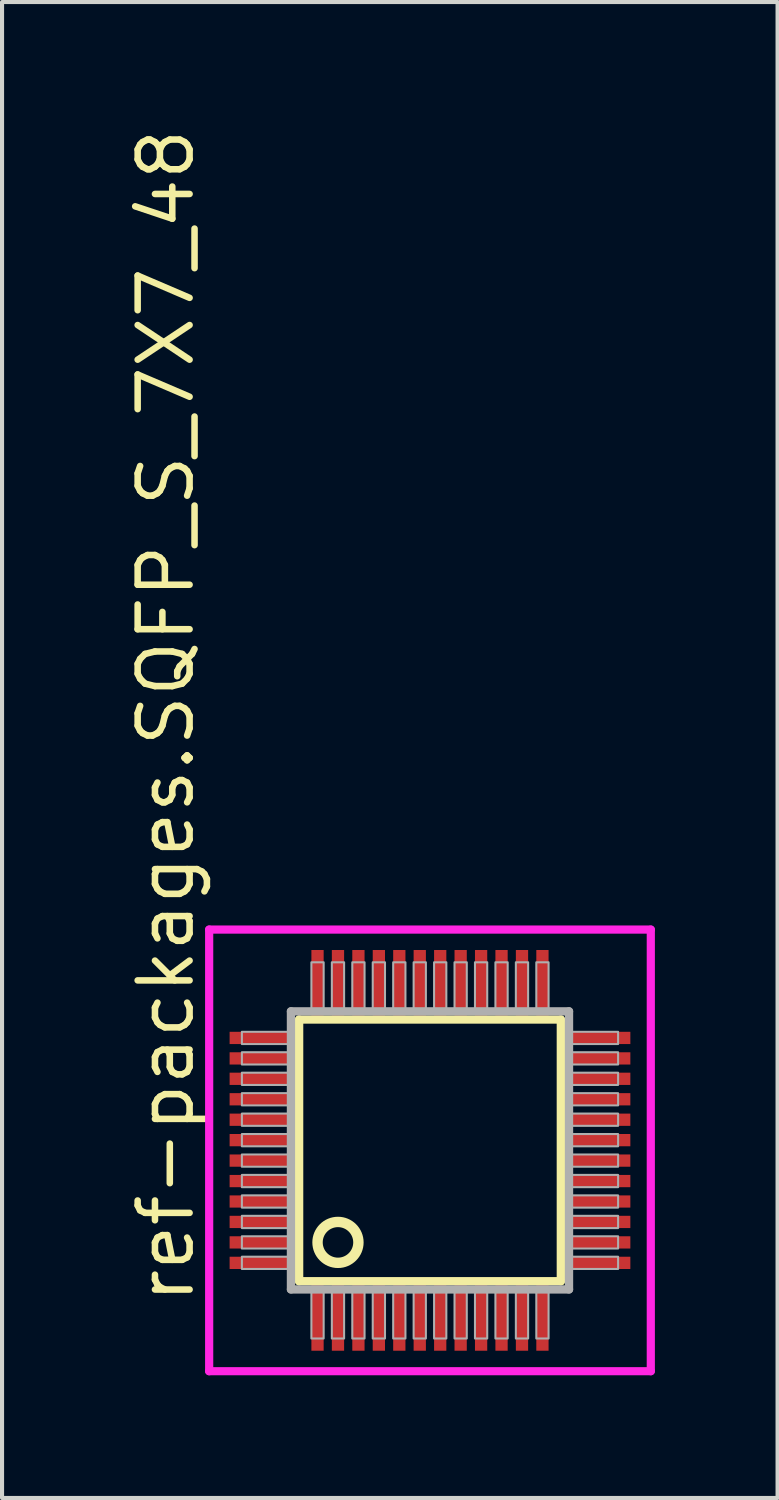
<source format=kicad_pcb>
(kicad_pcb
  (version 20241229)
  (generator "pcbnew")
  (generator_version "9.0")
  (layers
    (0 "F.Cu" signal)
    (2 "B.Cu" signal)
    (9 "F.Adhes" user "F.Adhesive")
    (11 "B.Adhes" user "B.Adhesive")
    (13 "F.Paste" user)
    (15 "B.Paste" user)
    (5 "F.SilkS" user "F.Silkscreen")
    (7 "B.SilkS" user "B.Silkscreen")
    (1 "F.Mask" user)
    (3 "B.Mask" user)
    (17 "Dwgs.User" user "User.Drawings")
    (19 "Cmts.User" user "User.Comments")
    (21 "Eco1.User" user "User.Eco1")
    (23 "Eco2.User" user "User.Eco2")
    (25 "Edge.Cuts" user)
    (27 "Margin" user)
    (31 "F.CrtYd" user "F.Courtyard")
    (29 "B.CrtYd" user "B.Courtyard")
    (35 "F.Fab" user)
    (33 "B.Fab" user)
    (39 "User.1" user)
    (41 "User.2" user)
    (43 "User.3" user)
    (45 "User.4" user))
  (footprint "ref-packages.SQFP_S_7X7_48"
    (layer "F.Cu")
    (at 7.465 25.082)
    (property "Reference" "ref-packages.SQFP_S_7X7_48" (at -5.715 3.81 90) (layer "F.SilkS") (effects (font (size 1.27 1.27) (thickness 0.16)) (justify left bottom)))
    (attr smd)
    (fp_line (start -3.2 -3.2) (end 3.2 -3.2) (stroke (width 0.203) (type default)) (layer "F.SilkS"))
    (fp_line (start -3.2 3.2) (end -3.2 -3.2) (stroke (width 0.203) (type default)) (layer "F.SilkS"))
    (fp_line (start 3.2 -3.2) (end 3.2 3.2) (stroke (width 0.203) (type default)) (layer "F.SilkS"))
    (fp_line (start 3.2 3.2) (end -3.2 3.2) (stroke (width 0.203) (type default)) (layer "F.SilkS"))
    (fp_circle (center -2.25 2.25) (end -1.75 2.25) (stroke (width 0.254) (type default)) (fill no) (layer "F.SilkS"))
    (fp_line (start -5.4 -5.4) (end 5.4 -5.4) (stroke (width 0.2) (type default)) (layer "F.CrtYd"))
    (fp_line (start -5.4 5.4) (end -5.4 -5.4) (stroke (width 0.2) (type default)) (layer "F.CrtYd"))
    (fp_line (start 5.4 -5.4) (end 5.4 5.4) (stroke (width 0.2) (type default)) (layer "F.CrtYd"))
    (fp_line (start 5.4 5.4) (end -5.4 5.4) (stroke (width 0.2) (type default)) (layer "F.CrtYd"))
    (fp_line (start -3.4 -3.4) (end -3.4 3.4) (stroke (width 0.203) (type default)) (layer "F.Fab"))
    (fp_line (start -3.4 3.4) (end 3.4 3.4) (stroke (width 0.203) (type default)) (layer "F.Fab"))
    (fp_line (start 3.4 -3.4) (end -3.4 -3.4) (stroke (width 0.203) (type default)) (layer "F.Fab"))
    (fp_line (start 3.4 3.4) (end 3.4 -3.4) (stroke (width 0.203) (type default)) (layer "F.Fab"))
    (fp_rect (start -4.6 -2.6) (end -3.45 -2.9) (stroke (width 0.05) (type default)) (fill no) (layer "F.Fab"))
    (fp_rect (start -4.6 -2.1) (end -3.45 -2.4) (stroke (width 0.05) (type default)) (fill no) (layer "F.Fab"))
    (fp_rect (start -4.6 -1.6) (end -3.45 -1.9) (stroke (width 0.05) (type default)) (fill no) (layer "F.Fab"))
    (fp_rect (start -4.6 -1.1) (end -3.45 -1.4) (stroke (width 0.05) (type default)) (fill no) (layer "F.Fab"))
    (fp_rect (start -4.6 -0.6) (end -3.45 -0.9) (stroke (width 0.05) (type default)) (fill no) (layer "F.Fab"))
    (fp_rect (start -4.6 -0.1) (end -3.45 -0.4) (stroke (width 0.05) (type default)) (fill no) (layer "F.Fab"))
    (fp_rect (start -4.6 0.4) (end -3.45 0.1) (stroke (width 0.05) (type default)) (fill no) (layer "F.Fab"))
    (fp_rect (start -4.6 0.9) (end -3.45 0.6) (stroke (width 0.05) (type default)) (fill no) (layer "F.Fab"))
    (fp_rect (start -4.6 1.4) (end -3.45 1.1) (stroke (width 0.05) (type default)) (fill no) (layer "F.Fab"))
    (fp_rect (start -4.6 1.9) (end -3.45 1.6) (stroke (width 0.05) (type default)) (fill no) (layer "F.Fab"))
    (fp_rect (start -4.6 2.4) (end -3.45 2.1) (stroke (width 0.05) (type default)) (fill no) (layer "F.Fab"))
    (fp_rect (start -4.6 2.9) (end -3.45 2.6) (stroke (width 0.05) (type default)) (fill no) (layer "F.Fab"))
    (fp_rect (start -2.9 -3.45) (end -2.6 -4.6) (stroke (width 0.05) (type default)) (fill no) (layer "F.Fab"))
    (fp_rect (start -2.9 4.6) (end -2.6 3.45) (stroke (width 0.05) (type default)) (fill no) (layer "F.Fab"))
    (fp_rect (start -2.4 -3.45) (end -2.1 -4.6) (stroke (width 0.05) (type default)) (fill no) (layer "F.Fab"))
    (fp_rect (start -2.4 4.6) (end -2.1 3.45) (stroke (width 0.05) (type default)) (fill no) (layer "F.Fab"))
    (fp_rect (start -1.9 -3.45) (end -1.6 -4.6) (stroke (width 0.05) (type default)) (fill no) (layer "F.Fab"))
    (fp_rect (start -1.9 4.6) (end -1.6 3.45) (stroke (width 0.05) (type default)) (fill no) (layer "F.Fab"))
    (fp_rect (start -1.4 -3.45) (end -1.1 -4.6) (stroke (width 0.05) (type default)) (fill no) (layer "F.Fab"))
    (fp_rect (start -1.4 4.6) (end -1.1 3.45) (stroke (width 0.05) (type default)) (fill no) (layer "F.Fab"))
    (fp_rect (start -0.9 -3.45) (end -0.6 -4.6) (stroke (width 0.05) (type default)) (fill no) (layer "F.Fab"))
    (fp_rect (start -0.9 4.6) (end -0.6 3.45) (stroke (width 0.05) (type default)) (fill no) (layer "F.Fab"))
    (fp_rect (start -0.4 -3.45) (end -0.1 -4.6) (stroke (width 0.05) (type default)) (fill no) (layer "F.Fab"))
    (fp_rect (start -0.4 4.6) (end -0.1 3.45) (stroke (width 0.05) (type default)) (fill no) (layer "F.Fab"))
    (fp_rect (start 0.1 -3.45) (end 0.4 -4.6) (stroke (width 0.05) (type default)) (fill no) (layer "F.Fab"))
    (fp_rect (start 0.1 4.6) (end 0.4 3.45) (stroke (width 0.05) (type default)) (fill no) (layer "F.Fab"))
    (fp_rect (start 0.6 -3.45) (end 0.9 -4.6) (stroke (width 0.05) (type default)) (fill no) (layer "F.Fab"))
    (fp_rect (start 0.6 4.6) (end 0.9 3.45) (stroke (width 0.05) (type default)) (fill no) (layer "F.Fab"))
    (fp_rect (start 1.1 -3.45) (end 1.4 -4.6) (stroke (width 0.05) (type default)) (fill no) (layer "F.Fab"))
    (fp_rect (start 1.1 4.6) (end 1.4 3.45) (stroke (width 0.05) (type default)) (fill no) (layer "F.Fab"))
    (fp_rect (start 1.6 -3.45) (end 1.9 -4.6) (stroke (width 0.05) (type default)) (fill no) (layer "F.Fab"))
    (fp_rect (start 1.6 4.6) (end 1.9 3.45) (stroke (width 0.05) (type default)) (fill no) (layer "F.Fab"))
    (fp_rect (start 2.1 -3.45) (end 2.4 -4.6) (stroke (width 0.05) (type default)) (fill no) (layer "F.Fab"))
    (fp_rect (start 2.1 4.6) (end 2.4 3.45) (stroke (width 0.05) (type default)) (fill no) (layer "F.Fab"))
    (fp_rect (start 2.6 -3.45) (end 2.9 -4.6) (stroke (width 0.05) (type default)) (fill no) (layer "F.Fab"))
    (fp_rect (start 2.6 4.6) (end 2.9 3.45) (stroke (width 0.05) (type default)) (fill no) (layer "F.Fab"))
    (fp_rect (start 3.45 -2.6) (end 4.6 -2.9) (stroke (width 0.05) (type default)) (fill no) (layer "F.Fab"))
    (fp_rect (start 3.45 -2.1) (end 4.6 -2.4) (stroke (width 0.05) (type default)) (fill no) (layer "F.Fab"))
    (fp_rect (start 3.45 -1.6) (end 4.6 -1.9) (stroke (width 0.05) (type default)) (fill no) (layer "F.Fab"))
    (fp_rect (start 3.45 -1.1) (end 4.6 -1.4) (stroke (width 0.05) (type default)) (fill no) (layer "F.Fab"))
    (fp_rect (start 3.45 -0.6) (end 4.6 -0.9) (stroke (width 0.05) (type default)) (fill no) (layer "F.Fab"))
    (fp_rect (start 3.45 -0.1) (end 4.6 -0.4) (stroke (width 0.05) (type default)) (fill no) (layer "F.Fab"))
    (fp_rect (start 3.45 0.4) (end 4.6 0.1) (stroke (width 0.05) (type default)) (fill no) (layer "F.Fab"))
    (fp_rect (start 3.45 0.9) (end 4.6 0.6) (stroke (width 0.05) (type default)) (fill no) (layer "F.Fab"))
    (fp_rect (start 3.45 1.4) (end 4.6 1.1) (stroke (width 0.05) (type default)) (fill no) (layer "F.Fab"))
    (fp_rect (start 3.45 1.9) (end 4.6 1.6) (stroke (width 0.05) (type default)) (fill no) (layer "F.Fab"))
    (fp_rect (start 3.45 2.4) (end 4.6 2.1) (stroke (width 0.05) (type default)) (fill no) (layer "F.Fab"))
    (fp_rect (start 3.45 2.9) (end 4.6 2.6) (stroke (width 0.05) (type default)) (fill no) (layer "F.Fab"))
    (pad "1" smd roundrect (at -2.75 4.1) (size 0.3 1.6) (layers "F.Cu" "F.Mask" "F.Paste") (roundrect_rratio 0.01))
    (pad "2" smd roundrect (at -2.25 4.1) (size 0.3 1.6) (layers "F.Cu" "F.Mask" "F.Paste") (roundrect_rratio 0.01))
    (pad "3" smd roundrect (at -1.75 4.1) (size 0.3 1.6) (layers "F.Cu" "F.Mask" "F.Paste") (roundrect_rratio 0.01))
    (pad "4" smd roundrect (at -1.25 4.1) (size 0.3 1.6) (layers "F.Cu" "F.Mask" "F.Paste") (roundrect_rratio 0.01))
    (pad "5" smd roundrect (at -0.75 4.1) (size 0.3 1.6) (layers "F.Cu" "F.Mask" "F.Paste") (roundrect_rratio 0.01))
    (pad "6" smd roundrect (at -0.25 4.1) (size 0.3 1.6) (layers "F.Cu" "F.Mask" "F.Paste") (roundrect_rratio 0.01))
    (pad "7" smd roundrect (at 0.25 4.1) (size 0.3 1.6) (layers "F.Cu" "F.Mask" "F.Paste") (roundrect_rratio 0.01))
    (pad "8" smd roundrect (at 0.75 4.1) (size 0.3 1.6) (layers "F.Cu" "F.Mask" "F.Paste") (roundrect_rratio 0.01))
    (pad "9" smd roundrect (at 1.25 4.1) (size 0.3 1.6) (layers "F.Cu" "F.Mask" "F.Paste") (roundrect_rratio 0.01))
    (pad "10" smd roundrect (at 1.75 4.1) (size 0.3 1.6) (layers "F.Cu" "F.Mask" "F.Paste") (roundrect_rratio 0.01))
    (pad "11" smd roundrect (at 2.25 4.1) (size 0.3 1.6) (layers "F.Cu" "F.Mask" "F.Paste") (roundrect_rratio 0.01))
    (pad "12" smd roundrect (at 2.75 4.1) (size 0.3 1.6) (layers "F.Cu" "F.Mask" "F.Paste") (roundrect_rratio 0.01))
    (pad "13" smd roundrect (at 4.1 2.75) (size 1.6 0.3) (layers "F.Cu" "F.Mask" "F.Paste") (roundrect_rratio 0.01))
    (pad "14" smd roundrect (at 4.1 2.25) (size 1.6 0.3) (layers "F.Cu" "F.Mask" "F.Paste") (roundrect_rratio 0.01))
    (pad "15" smd roundrect (at 4.1 1.75) (size 1.6 0.3) (layers "F.Cu" "F.Mask" "F.Paste") (roundrect_rratio 0.01))
    (pad "16" smd roundrect (at 4.1 1.25) (size 1.6 0.3) (layers "F.Cu" "F.Mask" "F.Paste") (roundrect_rratio 0.01))
    (pad "17" smd roundrect (at 4.1 0.75) (size 1.6 0.3) (layers "F.Cu" "F.Mask" "F.Paste") (roundrect_rratio 0.01))
    (pad "18" smd roundrect (at 4.1 0.25) (size 1.6 0.3) (layers "F.Cu" "F.Mask" "F.Paste") (roundrect_rratio 0.01))
    (pad "19" smd roundrect (at 4.1 -0.25) (size 1.6 0.3) (layers "F.Cu" "F.Mask" "F.Paste") (roundrect_rratio 0.01))
    (pad "20" smd roundrect (at 4.1 -0.75) (size 1.6 0.3) (layers "F.Cu" "F.Mask" "F.Paste") (roundrect_rratio 0.01))
    (pad "21" smd roundrect (at 4.1 -1.25) (size 1.6 0.3) (layers "F.Cu" "F.Mask" "F.Paste") (roundrect_rratio 0.01))
    (pad "22" smd roundrect (at 4.1 -1.75) (size 1.6 0.3) (layers "F.Cu" "F.Mask" "F.Paste") (roundrect_rratio 0.01))
    (pad "23" smd roundrect (at 4.1 -2.25) (size 1.6 0.3) (layers "F.Cu" "F.Mask" "F.Paste") (roundrect_rratio 0.01))
    (pad "24" smd roundrect (at 4.1 -2.75) (size 1.6 0.3) (layers "F.Cu" "F.Mask" "F.Paste") (roundrect_rratio 0.01))
    (pad "25" smd roundrect (at 2.75 -4.1) (size 0.3 1.6) (layers "F.Cu" "F.Mask" "F.Paste") (roundrect_rratio 0.01))
    (pad "26" smd roundrect (at 2.25 -4.1) (size 0.3 1.6) (layers "F.Cu" "F.Mask" "F.Paste") (roundrect_rratio 0.01))
    (pad "27" smd roundrect (at 1.75 -4.1) (size 0.3 1.6) (layers "F.Cu" "F.Mask" "F.Paste") (roundrect_rratio 0.01))
    (pad "28" smd roundrect (at 1.25 -4.1) (size 0.3 1.6) (layers "F.Cu" "F.Mask" "F.Paste") (roundrect_rratio 0.01))
    (pad "29" smd roundrect (at 0.75 -4.1) (size 0.3 1.6) (layers "F.Cu" "F.Mask" "F.Paste") (roundrect_rratio 0.01))
    (pad "30" smd roundrect (at 0.25 -4.1) (size 0.3 1.6) (layers "F.Cu" "F.Mask" "F.Paste") (roundrect_rratio 0.01))
    (pad "31" smd roundrect (at -0.25 -4.1) (size 0.3 1.6) (layers "F.Cu" "F.Mask" "F.Paste") (roundrect_rratio 0.01))
    (pad "32" smd roundrect (at -0.75 -4.1) (size 0.3 1.6) (layers "F.Cu" "F.Mask" "F.Paste") (roundrect_rratio 0.01))
    (pad "33" smd roundrect (at -1.25 -4.1) (size 0.3 1.6) (layers "F.Cu" "F.Mask" "F.Paste") (roundrect_rratio 0.01))
    (pad "34" smd roundrect (at -1.75 -4.1) (size 0.3 1.6) (layers "F.Cu" "F.Mask" "F.Paste") (roundrect_rratio 0.01))
    (pad "35" smd roundrect (at -2.25 -4.1) (size 0.3 1.6) (layers "F.Cu" "F.Mask" "F.Paste") (roundrect_rratio 0.01))
    (pad "36" smd roundrect (at -2.75 -4.1) (size 0.3 1.6) (layers "F.Cu" "F.Mask" "F.Paste") (roundrect_rratio 0.01))
    (pad "37" smd roundrect (at -4.1 -2.75) (size 1.6 0.3) (layers "F.Cu" "F.Mask" "F.Paste") (roundrect_rratio 0.01))
    (pad "38" smd roundrect (at -4.1 -2.25) (size 1.6 0.3) (layers "F.Cu" "F.Mask" "F.Paste") (roundrect_rratio 0.01))
    (pad "39" smd roundrect (at -4.1 -1.75) (size 1.6 0.3) (layers "F.Cu" "F.Mask" "F.Paste") (roundrect_rratio 0.01))
    (pad "40" smd roundrect (at -4.1 -1.25) (size 1.6 0.3) (layers "F.Cu" "F.Mask" "F.Paste") (roundrect_rratio 0.01))
    (pad "41" smd roundrect (at -4.1 -0.75) (size 1.6 0.3) (layers "F.Cu" "F.Mask" "F.Paste") (roundrect_rratio 0.01))
    (pad "42" smd roundrect (at -4.1 -0.25) (size 1.6 0.3) (layers "F.Cu" "F.Mask" "F.Paste") (roundrect_rratio 0.01))
    (pad "43" smd roundrect (at -4.1 0.25) (size 1.6 0.3) (layers "F.Cu" "F.Mask" "F.Paste") (roundrect_rratio 0.01))
    (pad "44" smd roundrect (at -4.1 0.75) (size 1.6 0.3) (layers "F.Cu" "F.Mask" "F.Paste") (roundrect_rratio 0.01))
    (pad "45" smd roundrect (at -4.1 1.25) (size 1.6 0.3) (layers "F.Cu" "F.Mask" "F.Paste") (roundrect_rratio 0.01))
    (pad "46" smd roundrect (at -4.1 1.75) (size 1.6 0.3) (layers "F.Cu" "F.Mask" "F.Paste") (roundrect_rratio 0.01))
    (pad "47" smd roundrect (at -4.1 2.25) (size 1.6 0.3) (layers "F.Cu" "F.Mask" "F.Paste") (roundrect_rratio 0.01))
    (pad "48" smd roundrect (at -4.1 2.75) (size 1.6 0.3) (layers "F.Cu" "F.Mask" "F.Paste") (roundrect_rratio 0.01)))
  (gr_rect
    (start -3 -3)
    (end 15.965 33.582)
    (stroke (width 0.1) (type default))
    (fill no)
    (layer "Edge.Cuts")))
</source>
